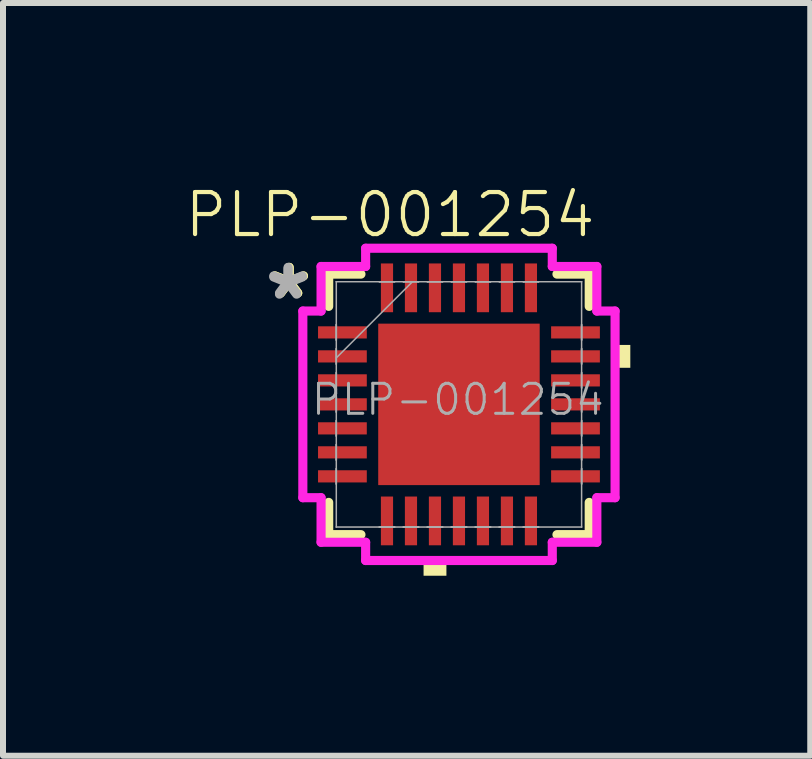
<source format=kicad_pcb>
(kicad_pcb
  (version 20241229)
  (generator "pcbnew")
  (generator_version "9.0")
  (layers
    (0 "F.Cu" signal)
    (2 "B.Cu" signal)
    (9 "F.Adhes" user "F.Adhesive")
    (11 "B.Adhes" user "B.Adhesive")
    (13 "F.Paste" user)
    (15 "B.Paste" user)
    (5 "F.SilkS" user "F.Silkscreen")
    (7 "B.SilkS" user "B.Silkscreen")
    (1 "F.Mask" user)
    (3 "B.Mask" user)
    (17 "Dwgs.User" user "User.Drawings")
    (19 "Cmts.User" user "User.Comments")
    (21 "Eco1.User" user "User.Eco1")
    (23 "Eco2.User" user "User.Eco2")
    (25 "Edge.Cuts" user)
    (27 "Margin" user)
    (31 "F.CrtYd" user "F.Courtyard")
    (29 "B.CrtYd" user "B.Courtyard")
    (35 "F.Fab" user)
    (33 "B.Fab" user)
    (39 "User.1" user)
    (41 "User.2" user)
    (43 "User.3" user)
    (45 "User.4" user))
  (footprint "PLP-001254"
    (layer "F.Cu")
    (at 4.602 3.692)
    (property "Reference" "PLP-001254" (at -1.15 -3.16 0) (unlocked yes) (layer "F.SilkS") (effects (font (size 0.7 0.7) (thickness 0.07))))
    (attr smd)
    (fp_line (start -2.172 -2.172) (end -2.172 -1.634) (stroke (width 0.152) (type solid)) (layer "F.SilkS"))
    (fp_line (start -2.172 1.634) (end -2.172 2.172) (stroke (width 0.152) (type solid)) (layer "F.SilkS"))
    (fp_line (start -2.172 2.172) (end -1.634 2.172) (stroke (width 0.152) (type solid)) (layer "F.SilkS"))
    (fp_line (start -1.634 -2.172) (end -2.172 -2.172) (stroke (width 0.152) (type solid)) (layer "F.SilkS"))
    (fp_line (start 1.634 2.172) (end 2.172 2.172) (stroke (width 0.152) (type solid)) (layer "F.SilkS"))
    (fp_line (start 2.172 -2.172) (end 1.634 -2.172) (stroke (width 0.152) (type solid)) (layer "F.SilkS"))
    (fp_line (start 2.172 -1.634) (end 2.172 -2.172) (stroke (width 0.152) (type solid)) (layer "F.SilkS"))
    (fp_line (start 2.172 2.172) (end 2.172 1.634) (stroke (width 0.152) (type solid)) (layer "F.SilkS"))
    (fp_poly (pts (xy -0.59 2.603) (xy -0.59 2.857) (xy -0.209 2.857) (xy -0.209 2.603)) (stroke (width 0) (type solid)) (fill yes) (layer "F.SilkS"))
    (fp_poly (pts (xy 2.857 -0.991) (xy 2.857 -0.61) (xy 2.603 -0.61) (xy 2.603 -0.991)) (stroke (width 0) (type solid)) (fill yes) (layer "F.SilkS"))
    (fp_poly (pts (xy -1.246 -1.246) (xy -1.246 -0.1) (xy -0.1 -0.1) (xy -0.1 -1.246)) (stroke (width 0) (type solid)) (fill yes) (layer "F.Paste"))
    (fp_poly (pts (xy -1.246 0.1) (xy -1.246 1.246) (xy -0.1 1.246) (xy -0.1 0.1)) (stroke (width 0) (type solid)) (fill yes) (layer "F.Paste"))
    (fp_poly (pts (xy 0.1 -1.246) (xy 0.1 -0.1) (xy 1.246 -0.1) (xy 1.246 -1.246)) (stroke (width 0) (type solid)) (fill yes) (layer "F.Paste"))
    (fp_poly (pts (xy 0.1 0.1) (xy 0.1 1.246) (xy 1.246 1.246) (xy 1.246 0.1)) (stroke (width 0) (type solid)) (fill yes) (layer "F.Paste"))
    (fp_line (start -2.603 -1.556) (end -2.299 -1.556) (stroke (width 0.152) (type solid)) (layer "F.CrtYd"))
    (fp_line (start -2.603 1.556) (end -2.603 -1.556) (stroke (width 0.152) (type solid)) (layer "F.CrtYd"))
    (fp_line (start -2.299 -2.299) (end -1.556 -2.299) (stroke (width 0.152) (type solid)) (layer "F.CrtYd"))
    (fp_line (start -2.299 -1.556) (end -2.299 -2.299) (stroke (width 0.152) (type solid)) (layer "F.CrtYd"))
    (fp_line (start -2.299 1.556) (end -2.603 1.556) (stroke (width 0.152) (type solid)) (layer "F.CrtYd"))
    (fp_line (start -2.299 2.299) (end -2.299 1.556) (stroke (width 0.152) (type solid)) (layer "F.CrtYd"))
    (fp_line (start -1.556 -2.603) (end 1.556 -2.603) (stroke (width 0.152) (type solid)) (layer "F.CrtYd"))
    (fp_line (start -1.556 -2.299) (end -1.556 -2.603) (stroke (width 0.152) (type solid)) (layer "F.CrtYd"))
    (fp_line (start -1.556 2.299) (end -2.299 2.299) (stroke (width 0.152) (type solid)) (layer "F.CrtYd"))
    (fp_line (start -1.556 2.603) (end -1.556 2.299) (stroke (width 0.152) (type solid)) (layer "F.CrtYd"))
    (fp_line (start 1.556 -2.603) (end 1.556 -2.299) (stroke (width 0.152) (type solid)) (layer "F.CrtYd"))
    (fp_line (start 1.556 -2.299) (end 2.299 -2.299) (stroke (width 0.152) (type solid)) (layer "F.CrtYd"))
    (fp_line (start 1.556 2.299) (end 1.556 2.603) (stroke (width 0.152) (type solid)) (layer "F.CrtYd"))
    (fp_line (start 1.556 2.603) (end -1.556 2.603) (stroke (width 0.152) (type solid)) (layer "F.CrtYd"))
    (fp_line (start 2.299 -2.299) (end 2.299 -1.556) (stroke (width 0.152) (type solid)) (layer "F.CrtYd"))
    (fp_line (start 2.299 -1.556) (end 2.603 -1.556) (stroke (width 0.152) (type solid)) (layer "F.CrtYd"))
    (fp_line (start 2.299 1.556) (end 2.299 2.299) (stroke (width 0.152) (type solid)) (layer "F.CrtYd"))
    (fp_line (start 2.299 2.299) (end 1.556 2.299) (stroke (width 0.152) (type solid)) (layer "F.CrtYd"))
    (fp_line (start 2.603 -1.556) (end 2.603 1.556) (stroke (width 0.152) (type solid)) (layer "F.CrtYd"))
    (fp_line (start 2.603 1.556) (end 2.299 1.556) (stroke (width 0.152) (type solid)) (layer "F.CrtYd"))
    (fp_line (start -2.045 -2.045) (end -2.045 -2.045) (stroke (width 0.025) (type solid)) (layer "F.Fab"))
    (fp_line (start -2.045 -2.045) (end -2.045 2.045) (stroke (width 0.025) (type solid)) (layer "F.Fab"))
    (fp_line (start -2.045 -1.327) (end -2.045 -1.327) (stroke (width 0.025) (type solid)) (layer "F.Fab"))
    (fp_line (start -2.045 -1.327) (end -2.045 -1.073) (stroke (width 0.025) (type solid)) (layer "F.Fab"))
    (fp_line (start -2.045 -1.073) (end -2.045 -1.327) (stroke (width 0.025) (type solid)) (layer "F.Fab"))
    (fp_line (start -2.045 -1.073) (end -2.045 -1.073) (stroke (width 0.025) (type solid)) (layer "F.Fab"))
    (fp_line (start -2.045 -0.927) (end -2.045 -0.927) (stroke (width 0.025) (type solid)) (layer "F.Fab"))
    (fp_line (start -2.045 -0.927) (end -2.045 -0.673) (stroke (width 0.025) (type solid)) (layer "F.Fab"))
    (fp_line (start -2.045 -0.775) (end -0.775 -2.045) (stroke (width 0.025) (type solid)) (layer "F.Fab"))
    (fp_line (start -2.045 -0.673) (end -2.045 -0.927) (stroke (width 0.025) (type solid)) (layer "F.Fab"))
    (fp_line (start -2.045 -0.673) (end -2.045 -0.673) (stroke (width 0.025) (type solid)) (layer "F.Fab"))
    (fp_line (start -2.045 -0.527) (end -2.045 -0.527) (stroke (width 0.025) (type solid)) (layer "F.Fab"))
    (fp_line (start -2.045 -0.527) (end -2.045 -0.273) (stroke (width 0.025) (type solid)) (layer "F.Fab"))
    (fp_line (start -2.045 -0.273) (end -2.045 -0.527) (stroke (width 0.025) (type solid)) (layer "F.Fab"))
    (fp_line (start -2.045 -0.273) (end -2.045 -0.273) (stroke (width 0.025) (type solid)) (layer "F.Fab"))
    (fp_line (start -2.045 -0.127) (end -2.045 -0.127) (stroke (width 0.025) (type solid)) (layer "F.Fab"))
    (fp_line (start -2.045 -0.127) (end -2.045 0.127) (stroke (width 0.025) (type solid)) (layer "F.Fab"))
    (fp_line (start -2.045 0.127) (end -2.045 -0.127) (stroke (width 0.025) (type solid)) (layer "F.Fab"))
    (fp_line (start -2.045 0.127) (end -2.045 0.127) (stroke (width 0.025) (type solid)) (layer "F.Fab"))
    (fp_line (start -2.045 0.273) (end -2.045 0.273) (stroke (width 0.025) (type solid)) (layer "F.Fab"))
    (fp_line (start -2.045 0.273) (end -2.045 0.527) (stroke (width 0.025) (type solid)) (layer "F.Fab"))
    (fp_line (start -2.045 0.527) (end -2.045 0.273) (stroke (width 0.025) (type solid)) (layer "F.Fab"))
    (fp_line (start -2.045 0.527) (end -2.045 0.527) (stroke (width 0.025) (type solid)) (layer "F.Fab"))
    (fp_line (start -2.045 0.673) (end -2.045 0.673) (stroke (width 0.025) (type solid)) (layer "F.Fab"))
    (fp_line (start -2.045 0.673) (end -2.045 0.927) (stroke (width 0.025) (type solid)) (layer "F.Fab"))
    (fp_line (start -2.045 0.927) (end -2.045 0.673) (stroke (width 0.025) (type solid)) (layer "F.Fab"))
    (fp_line (start -2.045 0.927) (end -2.045 0.927) (stroke (width 0.025) (type solid)) (layer "F.Fab"))
    (fp_line (start -2.045 1.073) (end -2.045 1.073) (stroke (width 0.025) (type solid)) (layer "F.Fab"))
    (fp_line (start -2.045 1.073) (end -2.045 1.327) (stroke (width 0.025) (type solid)) (layer "F.Fab"))
    (fp_line (start -2.045 1.327) (end -2.045 1.073) (stroke (width 0.025) (type solid)) (layer "F.Fab"))
    (fp_line (start -2.045 1.327) (end -2.045 1.327) (stroke (width 0.025) (type solid)) (layer "F.Fab"))
    (fp_line (start -2.045 2.045) (end -2.045 2.045) (stroke (width 0.025) (type solid)) (layer "F.Fab"))
    (fp_line (start -2.045 2.045) (end 2.045 2.045) (stroke (width 0.025) (type solid)) (layer "F.Fab"))
    (fp_line (start -1.327 -2.045) (end -1.327 -2.045) (stroke (width 0.025) (type solid)) (layer "F.Fab"))
    (fp_line (start -1.327 -2.045) (end -1.073 -2.045) (stroke (width 0.025) (type solid)) (layer "F.Fab"))
    (fp_line (start -1.327 2.045) (end -1.327 2.045) (stroke (width 0.025) (type solid)) (layer "F.Fab"))
    (fp_line (start -1.327 2.045) (end -1.073 2.045) (stroke (width 0.025) (type solid)) (layer "F.Fab"))
    (fp_line (start -1.073 -2.045) (end -1.327 -2.045) (stroke (width 0.025) (type solid)) (layer "F.Fab"))
    (fp_line (start -1.073 -2.045) (end -1.073 -2.045) (stroke (width 0.025) (type solid)) (layer "F.Fab"))
    (fp_line (start -1.073 2.045) (end -1.327 2.045) (stroke (width 0.025) (type solid)) (layer "F.Fab"))
    (fp_line (start -1.073 2.045) (end -1.073 2.045) (stroke (width 0.025) (type solid)) (layer "F.Fab"))
    (fp_line (start -0.927 -2.045) (end -0.927 -2.045) (stroke (width 0.025) (type solid)) (layer "F.Fab"))
    (fp_line (start -0.927 -2.045) (end -0.673 -2.045) (stroke (width 0.025) (type solid)) (layer "F.Fab"))
    (fp_line (start -0.927 2.045) (end -0.927 2.045) (stroke (width 0.025) (type solid)) (layer "F.Fab"))
    (fp_line (start -0.927 2.045) (end -0.673 2.045) (stroke (width 0.025) (type solid)) (layer "F.Fab"))
    (fp_line (start -0.673 -2.045) (end -0.927 -2.045) (stroke (width 0.025) (type solid)) (layer "F.Fab"))
    (fp_line (start -0.673 -2.045) (end -0.673 -2.045) (stroke (width 0.025) (type solid)) (layer "F.Fab"))
    (fp_line (start -0.673 2.045) (end -0.927 2.045) (stroke (width 0.025) (type solid)) (layer "F.Fab"))
    (fp_line (start -0.673 2.045) (end -0.673 2.045) (stroke (width 0.025) (type solid)) (layer "F.Fab"))
    (fp_line (start -0.527 -2.045) (end -0.527 -2.045) (stroke (width 0.025) (type solid)) (layer "F.Fab"))
    (fp_line (start -0.527 -2.045) (end -0.273 -2.045) (stroke (width 0.025) (type solid)) (layer "F.Fab"))
    (fp_line (start -0.527 2.045) (end -0.527 2.045) (stroke (width 0.025) (type solid)) (layer "F.Fab"))
    (fp_line (start -0.527 2.045) (end -0.273 2.045) (stroke (width 0.025) (type solid)) (layer "F.Fab"))
    (fp_line (start -0.273 -2.045) (end -0.527 -2.045) (stroke (width 0.025) (type solid)) (layer "F.Fab"))
    (fp_line (start -0.273 -2.045) (end -0.273 -2.045) (stroke (width 0.025) (type solid)) (layer "F.Fab"))
    (fp_line (start -0.273 2.045) (end -0.527 2.045) (stroke (width 0.025) (type solid)) (layer "F.Fab"))
    (fp_line (start -0.273 2.045) (end -0.273 2.045) (stroke (width 0.025) (type solid)) (layer "F.Fab"))
    (fp_line (start -0.127 -2.045) (end -0.127 -2.045) (stroke (width 0.025) (type solid)) (layer "F.Fab"))
    (fp_line (start -0.127 -2.045) (end 0.127 -2.045) (stroke (width 0.025) (type solid)) (layer "F.Fab"))
    (fp_line (start -0.127 2.045) (end -0.127 2.045) (stroke (width 0.025) (type solid)) (layer "F.Fab"))
    (fp_line (start -0.127 2.045) (end 0.127 2.045) (stroke (width 0.025) (type solid)) (layer "F.Fab"))
    (fp_line (start 0.127 -2.045) (end -0.127 -2.045) (stroke (width 0.025) (type solid)) (layer "F.Fab"))
    (fp_line (start 0.127 -2.045) (end 0.127 -2.045) (stroke (width 0.025) (type solid)) (layer "F.Fab"))
    (fp_line (start 0.127 2.045) (end -0.127 2.045) (stroke (width 0.025) (type solid)) (layer "F.Fab"))
    (fp_line (start 0.127 2.045) (end 0.127 2.045) (stroke (width 0.025) (type solid)) (layer "F.Fab"))
    (fp_line (start 0.273 -2.045) (end 0.273 -2.045) (stroke (width 0.025) (type solid)) (layer "F.Fab"))
    (fp_line (start 0.273 -2.045) (end 0.527 -2.045) (stroke (width 0.025) (type solid)) (layer "F.Fab"))
    (fp_line (start 0.273 2.045) (end 0.273 2.045) (stroke (width 0.025) (type solid)) (layer "F.Fab"))
    (fp_line (start 0.273 2.045) (end 0.527 2.045) (stroke (width 0.025) (type solid)) (layer "F.Fab"))
    (fp_line (start 0.527 -2.045) (end 0.273 -2.045) (stroke (width 0.025) (type solid)) (layer "F.Fab"))
    (fp_line (start 0.527 -2.045) (end 0.527 -2.045) (stroke (width 0.025) (type solid)) (layer "F.Fab"))
    (fp_line (start 0.527 2.045) (end 0.273 2.045) (stroke (width 0.025) (type solid)) (layer "F.Fab"))
    (fp_line (start 0.527 2.045) (end 0.527 2.045) (stroke (width 0.025) (type solid)) (layer "F.Fab"))
    (fp_line (start 0.673 -2.045) (end 0.673 -2.045) (stroke (width 0.025) (type solid)) (layer "F.Fab"))
    (fp_line (start 0.673 -2.045) (end 0.927 -2.045) (stroke (width 0.025) (type solid)) (layer "F.Fab"))
    (fp_line (start 0.673 2.045) (end 0.673 2.045) (stroke (width 0.025) (type solid)) (layer "F.Fab"))
    (fp_line (start 0.673 2.045) (end 0.927 2.045) (stroke (width 0.025) (type solid)) (layer "F.Fab"))
    (fp_line (start 0.927 -2.045) (end 0.673 -2.045) (stroke (width 0.025) (type solid)) (layer "F.Fab"))
    (fp_line (start 0.927 -2.045) (end 0.927 -2.045) (stroke (width 0.025) (type solid)) (layer "F.Fab"))
    (fp_line (start 0.927 2.045) (end 0.673 2.045) (stroke (width 0.025) (type solid)) (layer "F.Fab"))
    (fp_line (start 0.927 2.045) (end 0.927 2.045) (stroke (width 0.025) (type solid)) (layer "F.Fab"))
    (fp_line (start 1.073 -2.045) (end 1.073 -2.045) (stroke (width 0.025) (type solid)) (layer "F.Fab"))
    (fp_line (start 1.073 -2.045) (end 1.327 -2.045) (stroke (width 0.025) (type solid)) (layer "F.Fab"))
    (fp_line (start 1.073 2.045) (end 1.073 2.045) (stroke (width 0.025) (type solid)) (layer "F.Fab"))
    (fp_line (start 1.073 2.045) (end 1.327 2.045) (stroke (width 0.025) (type solid)) (layer "F.Fab"))
    (fp_line (start 1.327 -2.045) (end 1.073 -2.045) (stroke (width 0.025) (type solid)) (layer "F.Fab"))
    (fp_line (start 1.327 -2.045) (end 1.327 -2.045) (stroke (width 0.025) (type solid)) (layer "F.Fab"))
    (fp_line (start 1.327 2.045) (end 1.073 2.045) (stroke (width 0.025) (type solid)) (layer "F.Fab"))
    (fp_line (start 1.327 2.045) (end 1.327 2.045) (stroke (width 0.025) (type solid)) (layer "F.Fab"))
    (fp_line (start 2.045 -2.045) (end -2.045 -2.045) (stroke (width 0.025) (type solid)) (layer "F.Fab"))
    (fp_line (start 2.045 -2.045) (end 2.045 -2.045) (stroke (width 0.025) (type solid)) (layer "F.Fab"))
    (fp_line (start 2.045 -1.327) (end 2.045 -1.327) (stroke (width 0.025) (type solid)) (layer "F.Fab"))
    (fp_line (start 2.045 -1.327) (end 2.045 -1.073) (stroke (width 0.025) (type solid)) (layer "F.Fab"))
    (fp_line (start 2.045 -1.073) (end 2.045 -1.327) (stroke (width 0.025) (type solid)) (layer "F.Fab"))
    (fp_line (start 2.045 -1.073) (end 2.045 -1.073) (stroke (width 0.025) (type solid)) (layer "F.Fab"))
    (fp_line (start 2.045 -0.927) (end 2.045 -0.927) (stroke (width 0.025) (type solid)) (layer "F.Fab"))
    (fp_line (start 2.045 -0.927) (end 2.045 -0.673) (stroke (width 0.025) (type solid)) (layer "F.Fab"))
    (fp_line (start 2.045 -0.673) (end 2.045 -0.927) (stroke (width 0.025) (type solid)) (layer "F.Fab"))
    (fp_line (start 2.045 -0.673) (end 2.045 -0.673) (stroke (width 0.025) (type solid)) (layer "F.Fab"))
    (fp_line (start 2.045 -0.527) (end 2.045 -0.527) (stroke (width 0.025) (type solid)) (layer "F.Fab"))
    (fp_line (start 2.045 -0.527) (end 2.045 -0.273) (stroke (width 0.025) (type solid)) (layer "F.Fab"))
    (fp_line (start 2.045 -0.273) (end 2.045 -0.527) (stroke (width 0.025) (type solid)) (layer "F.Fab"))
    (fp_line (start 2.045 -0.273) (end 2.045 -0.273) (stroke (width 0.025) (type solid)) (layer "F.Fab"))
    (fp_line (start 2.045 -0.127) (end 2.045 -0.127) (stroke (width 0.025) (type solid)) (layer "F.Fab"))
    (fp_line (start 2.045 -0.127) (end 2.045 0.127) (stroke (width 0.025) (type solid)) (layer "F.Fab"))
    (fp_line (start 2.045 0.127) (end 2.045 -0.127) (stroke (width 0.025) (type solid)) (layer "F.Fab"))
    (fp_line (start 2.045 0.127) (end 2.045 0.127) (stroke (width 0.025) (type solid)) (layer "F.Fab"))
    (fp_line (start 2.045 0.273) (end 2.045 0.273) (stroke (width 0.025) (type solid)) (layer "F.Fab"))
    (fp_line (start 2.045 0.273) (end 2.045 0.527) (stroke (width 0.025) (type solid)) (layer "F.Fab"))
    (fp_line (start 2.045 0.527) (end 2.045 0.273) (stroke (width 0.025) (type solid)) (layer "F.Fab"))
    (fp_line (start 2.045 0.527) (end 2.045 0.527) (stroke (width 0.025) (type solid)) (layer "F.Fab"))
    (fp_line (start 2.045 0.673) (end 2.045 0.673) (stroke (width 0.025) (type solid)) (layer "F.Fab"))
    (fp_line (start 2.045 0.673) (end 2.045 0.927) (stroke (width 0.025) (type solid)) (layer "F.Fab"))
    (fp_line (start 2.045 0.927) (end 2.045 0.673) (stroke (width 0.025) (type solid)) (layer "F.Fab"))
    (fp_line (start 2.045 0.927) (end 2.045 0.927) (stroke (width 0.025) (type solid)) (layer "F.Fab"))
    (fp_line (start 2.045 1.073) (end 2.045 1.073) (stroke (width 0.025) (type solid)) (layer "F.Fab"))
    (fp_line (start 2.045 1.073) (end 2.045 1.327) (stroke (width 0.025) (type solid)) (layer "F.Fab"))
    (fp_line (start 2.045 1.327) (end 2.045 1.073) (stroke (width 0.025) (type solid)) (layer "F.Fab"))
    (fp_line (start 2.045 1.327) (end 2.045 1.327) (stroke (width 0.025) (type solid)) (layer "F.Fab"))
    (fp_line (start 2.045 2.045) (end 2.045 -2.045) (stroke (width 0.025) (type solid)) (layer "F.Fab"))
    (fp_line (start 2.045 2.045) (end 2.045 2.045) (stroke (width 0.025) (type solid)) (layer "F.Fab"))
    (fp_text user "*" (at -2.83 -1.74 0) (layer "F.SilkS") (effects (font (size 1 1) (thickness 0.15))))
    (fp_text user "*" (at -2.83 -1.74 0) (unlocked yes) (layer "F.SilkS") (effects (font (size 1 1) (thickness 0.15))))
    (fp_text user "${REFERENCE}" (at -0.02 -0.08 0) (unlocked yes) (layer "F.Fab") (effects (font (size 0.5 0.5) (thickness 0.05))))
    (fp_text user "*" (at -2.85 -1.72 0) (unlocked yes) (layer "F.Fab") (effects (font (size 1 1) (thickness 0.15))))
    (fp_text user "*" (at -2.85 -1.74 0) (layer "F.Fab") (effects (font (size 1 1) (thickness 0.15))))
    (pad "1" smd rect (at -1.943 -1.2 90) (size 0.203 0.813) (layers "F.Cu" "F.Mask" "F.Paste"))
    (pad "2" smd rect (at -1.943 -0.8 90) (size 0.203 0.813) (layers "F.Cu" "F.Mask" "F.Paste"))
    (pad "3" smd rect (at -1.943 -0.4 90) (size 0.203 0.813) (layers "F.Cu" "F.Mask" "F.Paste"))
    (pad "4" smd rect (at -1.943 0 90) (size 0.203 0.813) (layers "F.Cu" "F.Mask" "F.Paste"))
    (pad "5" smd rect (at -1.943 0.4 90) (size 0.203 0.813) (layers "F.Cu" "F.Mask" "F.Paste"))
    (pad "6" smd rect (at -1.943 0.8 90) (size 0.203 0.813) (layers "F.Cu" "F.Mask" "F.Paste"))
    (pad "7" smd rect (at -1.943 1.2 90) (size 0.203 0.813) (layers "F.Cu" "F.Mask" "F.Paste"))
    (pad "8" smd rect (at -1.2 1.943) (size 0.203 0.813) (layers "F.Cu" "F.Mask" "F.Paste"))
    (pad "9" smd rect (at -0.8 1.943) (size 0.203 0.813) (layers "F.Cu" "F.Mask" "F.Paste"))
    (pad "10" smd rect (at -0.4 1.943) (size 0.203 0.813) (layers "F.Cu" "F.Mask" "F.Paste"))
    (pad "11" smd rect (at 0 1.943) (size 0.203 0.813) (layers "F.Cu" "F.Mask" "F.Paste"))
    (pad "12" smd rect (at 0.4 1.943) (size 0.203 0.813) (layers "F.Cu" "F.Mask" "F.Paste"))
    (pad "13" smd rect (at 0.8 1.943) (size 0.203 0.813) (layers "F.Cu" "F.Mask" "F.Paste"))
    (pad "14" smd rect (at 1.2 1.943) (size 0.203 0.813) (layers "F.Cu" "F.Mask" "F.Paste"))
    (pad "15" smd rect (at 1.943 1.2 90) (size 0.203 0.813) (layers "F.Cu" "F.Mask" "F.Paste"))
    (pad "16" smd rect (at 1.943 0.8 90) (size 0.203 0.813) (layers "F.Cu" "F.Mask" "F.Paste"))
    (pad "17" smd rect (at 1.943 0.4 90) (size 0.203 0.813) (layers "F.Cu" "F.Mask" "F.Paste"))
    (pad "18" smd rect (at 1.943 0 90) (size 0.203 0.813) (layers "F.Cu" "F.Mask" "F.Paste"))
    (pad "19" smd rect (at 1.943 -0.4 90) (size 0.203 0.813) (layers "F.Cu" "F.Mask" "F.Paste"))
    (pad "20" smd rect (at 1.943 -0.8 90) (size 0.203 0.813) (layers "F.Cu" "F.Mask" "F.Paste"))
    (pad "21" smd rect (at 1.943 -1.2 90) (size 0.203 0.813) (layers "F.Cu" "F.Mask" "F.Paste"))
    (pad "22" smd rect (at 1.2 -1.943) (size 0.203 0.813) (layers "F.Cu" "F.Mask" "F.Paste"))
    (pad "23" smd rect (at 0.8 -1.943) (size 0.203 0.813) (layers "F.Cu" "F.Mask" "F.Paste"))
    (pad "24" smd rect (at 0.4 -1.943) (size 0.203 0.813) (layers "F.Cu" "F.Mask" "F.Paste"))
    (pad "25" smd rect (at 0 -1.943) (size 0.203 0.813) (layers "F.Cu" "F.Mask" "F.Paste"))
    (pad "26" smd rect (at -0.4 -1.943) (size 0.203 0.813) (layers "F.Cu" "F.Mask" "F.Paste"))
    (pad "27" smd rect (at -0.8 -1.943) (size 0.203 0.813) (layers "F.Cu" "F.Mask" "F.Paste"))
    (pad "28" smd rect (at -1.2 -1.943) (size 0.203 0.813) (layers "F.Cu" "F.Mask" "F.Paste"))
    (pad "29" smd rect (at 0 0) (size 2.692 2.692) (layers "F.Cu" "F.Mask" "F.Paste")))
  (gr_rect
    (start -3 -3)
    (end 10.459 9.55)
    (stroke (width 0.1) (type default))
    (fill no)
    (layer "Edge.Cuts")))
</source>
